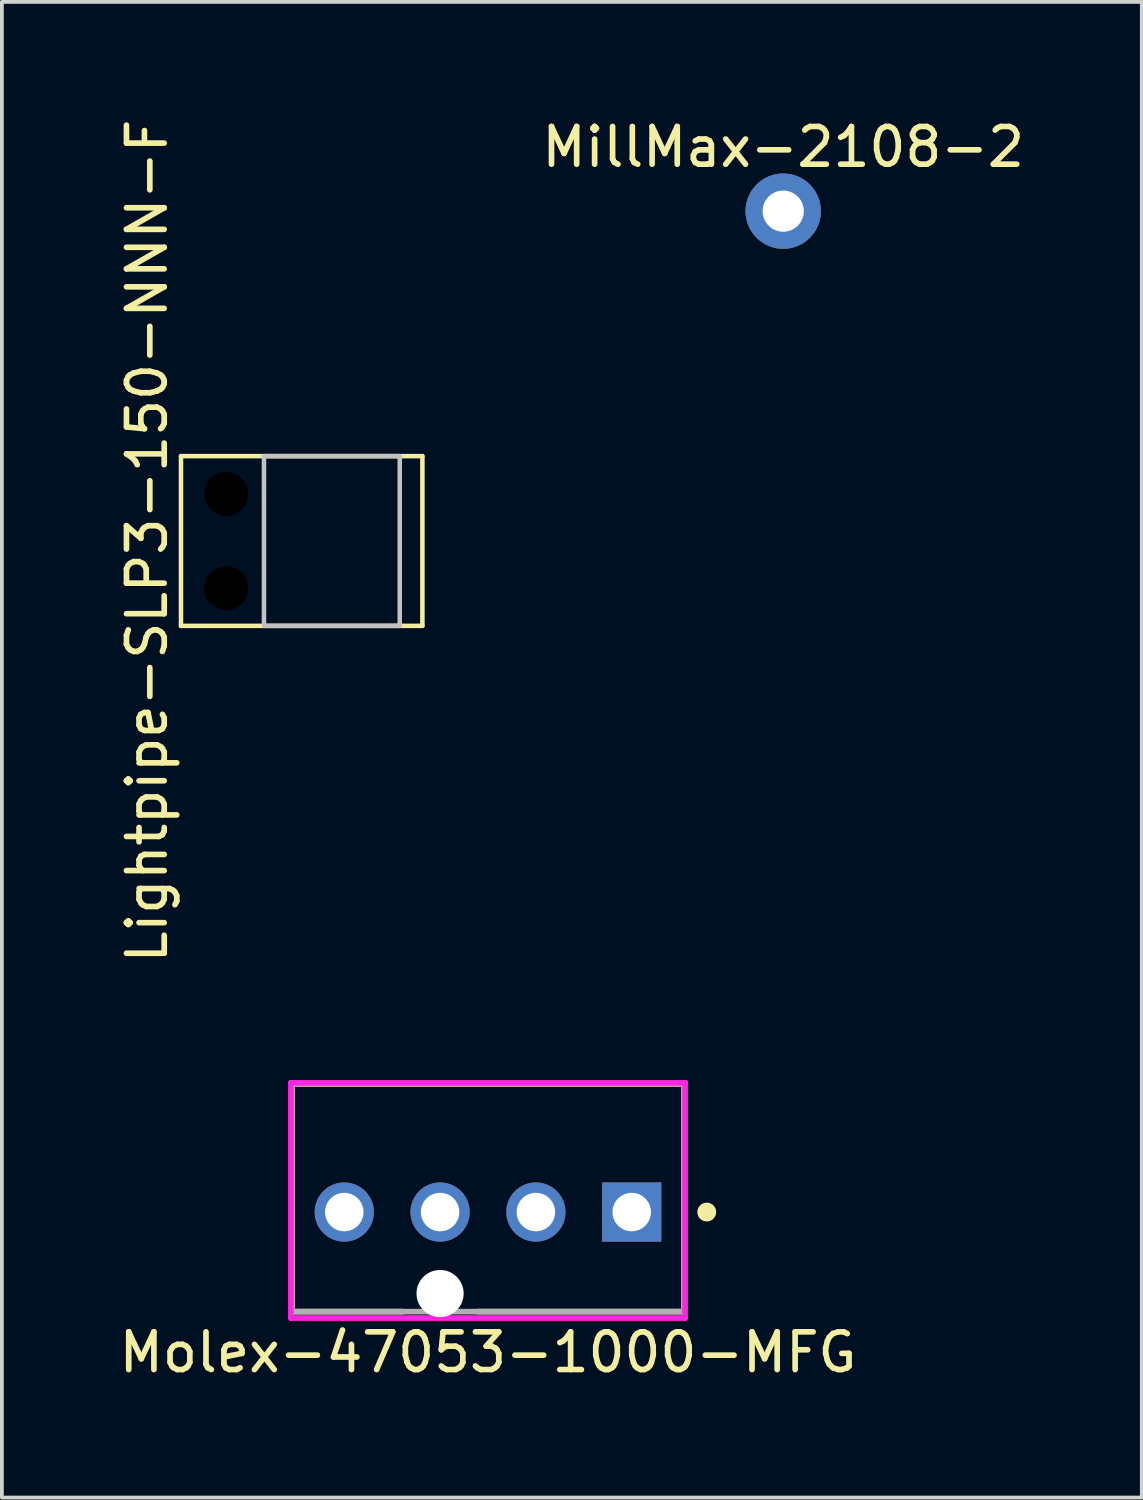
<source format=kicad_pcb>
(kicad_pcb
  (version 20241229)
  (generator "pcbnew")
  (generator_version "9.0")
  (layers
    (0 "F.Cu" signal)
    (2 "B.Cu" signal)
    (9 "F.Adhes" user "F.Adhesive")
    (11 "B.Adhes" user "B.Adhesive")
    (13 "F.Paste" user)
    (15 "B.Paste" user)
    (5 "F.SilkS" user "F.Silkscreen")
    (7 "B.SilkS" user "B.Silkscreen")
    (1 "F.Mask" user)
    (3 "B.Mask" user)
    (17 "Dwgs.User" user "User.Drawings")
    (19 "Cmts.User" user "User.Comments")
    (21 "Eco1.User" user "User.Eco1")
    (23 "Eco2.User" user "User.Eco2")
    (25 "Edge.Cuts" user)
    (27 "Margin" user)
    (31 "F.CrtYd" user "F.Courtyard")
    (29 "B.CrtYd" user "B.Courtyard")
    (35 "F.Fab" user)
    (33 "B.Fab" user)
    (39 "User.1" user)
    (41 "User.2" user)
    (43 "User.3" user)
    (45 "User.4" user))
  (footprint "MillMax-2108-2"
    (layer "F.Cu")
    (at 17.714 2.548)
    (property "Reference" "MillMax-2108-2" (at 0 -1.7 0) (layer "F.SilkS") (effects (font (size 1 1) (thickness 0.15))))
    (attr through_hole)
    (pad "1" thru_hole circle (at 0 0) (size 2 2) (drill 1.092) (layers "*.Cu" "*.Mask")))
  (footprint "Lightpipe-SLP3-150-NNN-F"
    (layer "F.Cu")
    (at 2.948 11.292)
    (property "Reference" "Lightpipe-SLP3-150-NNN-F" (at -2.1 0 90) (unlocked yes) (layer "F.SilkS") (effects (font (size 1 1) (thickness 0.15))))
    (fp_line (start -1.2 -2.25) (end -1.2 2.25) (stroke (width 0.12) (type default)) (layer "F.SilkS"))
    (fp_line (start -1.2 -2.25) (end 5.2 -2.25) (stroke (width 0.12) (type default)) (layer "F.SilkS"))
    (fp_line (start -1.2 2.25) (end 5.2 2.25) (stroke (width 0.12) (type default)) (layer "F.SilkS"))
    (fp_line (start 5.2 -2.25) (end 5.2 2.25) (stroke (width 0.12) (type default)) (layer "F.SilkS"))
    (fp_rect (start 1 -2.25) (end 4.6 2.25) (stroke (width 0.12) (type default)) (fill no) (layer "Dwgs.User"))
    (pad "" np_thru_hole circle (at 0 -1.25) (size 1.17 1.17) (drill 1.17) (layers "*.Mask"))
    (pad "" np_thru_hole circle (at 0 1.25) (size 1.17 1.17) (drill 1.17) (layers "*.Mask")))
  (footprint "Molex-47053-1000-MFG"
    (layer "F.Cu")
    (at 9.887 28.703)
    (property "Reference" "Molex-47053-1000-MFG" (at 0 4.1 180) (layer "F.SilkS") (effects (font (size 1 1) (thickness 0.15))))
    (attr through_hole)
    (fp_line (start -5.2 -3.02) (end 5.2 -3.02) (stroke (width 0.15) (type solid)) (layer "F.SilkS"))
    (fp_line (start -5.2 3.02) (end -5.2 -3.02) (stroke (width 0.15) (type solid)) (layer "F.SilkS"))
    (fp_line (start -5.2 3.02) (end -2.27 3.02) (stroke (width 0.15) (type solid)) (layer "F.SilkS"))
    (fp_line (start -0.27 3.02) (end 5.2 3.02) (stroke (width 0.15) (type solid)) (layer "F.SilkS"))
    (fp_line (start 5.2 3.02) (end 5.2 -3.02) (stroke (width 0.15) (type solid)) (layer "F.SilkS"))
    (fp_circle (center 5.8 0.38) (end 5.925 0.38) (stroke (width 0.25) (type solid)) (fill no) (layer "F.SilkS"))
    (fp_line (start -5.225 -3.045) (end -5.225 3.19) (stroke (width 0.15) (type solid)) (layer "F.CrtYd"))
    (fp_line (start -5.225 3.19) (end 5.225 3.19) (stroke (width 0.15) (type solid)) (layer "F.CrtYd"))
    (fp_line (start 5.225 -3.045) (end -5.225 -3.045) (stroke (width 0.15) (type solid)) (layer "F.CrtYd"))
    (fp_line (start 5.225 -3.045) (end 5.225 -3.045) (stroke (width 0.15) (type solid)) (layer "F.CrtYd"))
    (fp_line (start 5.225 3.19) (end 5.225 -3.045) (stroke (width 0.15) (type solid)) (layer "F.CrtYd"))
    (fp_line (start -5.2 -3.02) (end 5.2 -3.02) (stroke (width 0.15) (type solid)) (layer "F.Fab"))
    (fp_line (start -5.2 3.02) (end -5.2 -3.02) (stroke (width 0.15) (type solid)) (layer "F.Fab"))
    (fp_line (start 5.2 -3.02) (end 5.2 3.02) (stroke (width 0.15) (type solid)) (layer "F.Fab"))
    (fp_line (start 5.2 3.02) (end -5.2 3.02) (stroke (width 0.15) (type solid)) (layer "F.Fab"))
    (pad "" np_thru_hole circle (at -1.27 2.54) (size 1.25 1.25) (drill 1.25) (layers "*.Cu" "*.Mask"))
    (pad "1" thru_hole rect (at 3.81 0.38) (size 1.57 1.57) (drill 1.02) (layers "*.Cu" "*.Mask"))
    (pad "2" thru_hole circle (at 1.27 0.38) (size 1.57 1.57) (drill 1.02) (layers "*.Cu" "*.Mask"))
    (pad "3" thru_hole circle (at -1.27 0.38) (size 1.57 1.57) (drill 1.02) (layers "*.Cu" "*.Mask"))
    (pad "4" thru_hole circle (at -3.81 0.38) (size 1.57 1.57) (drill 1.02) (layers "*.Cu" "*.Mask")))
  (gr_rect
    (start -3 -3)
    (end 27.22 36.652)
    (stroke (width 0.1) (type default))
    (fill no)
    (layer "Edge.Cuts")))
</source>
